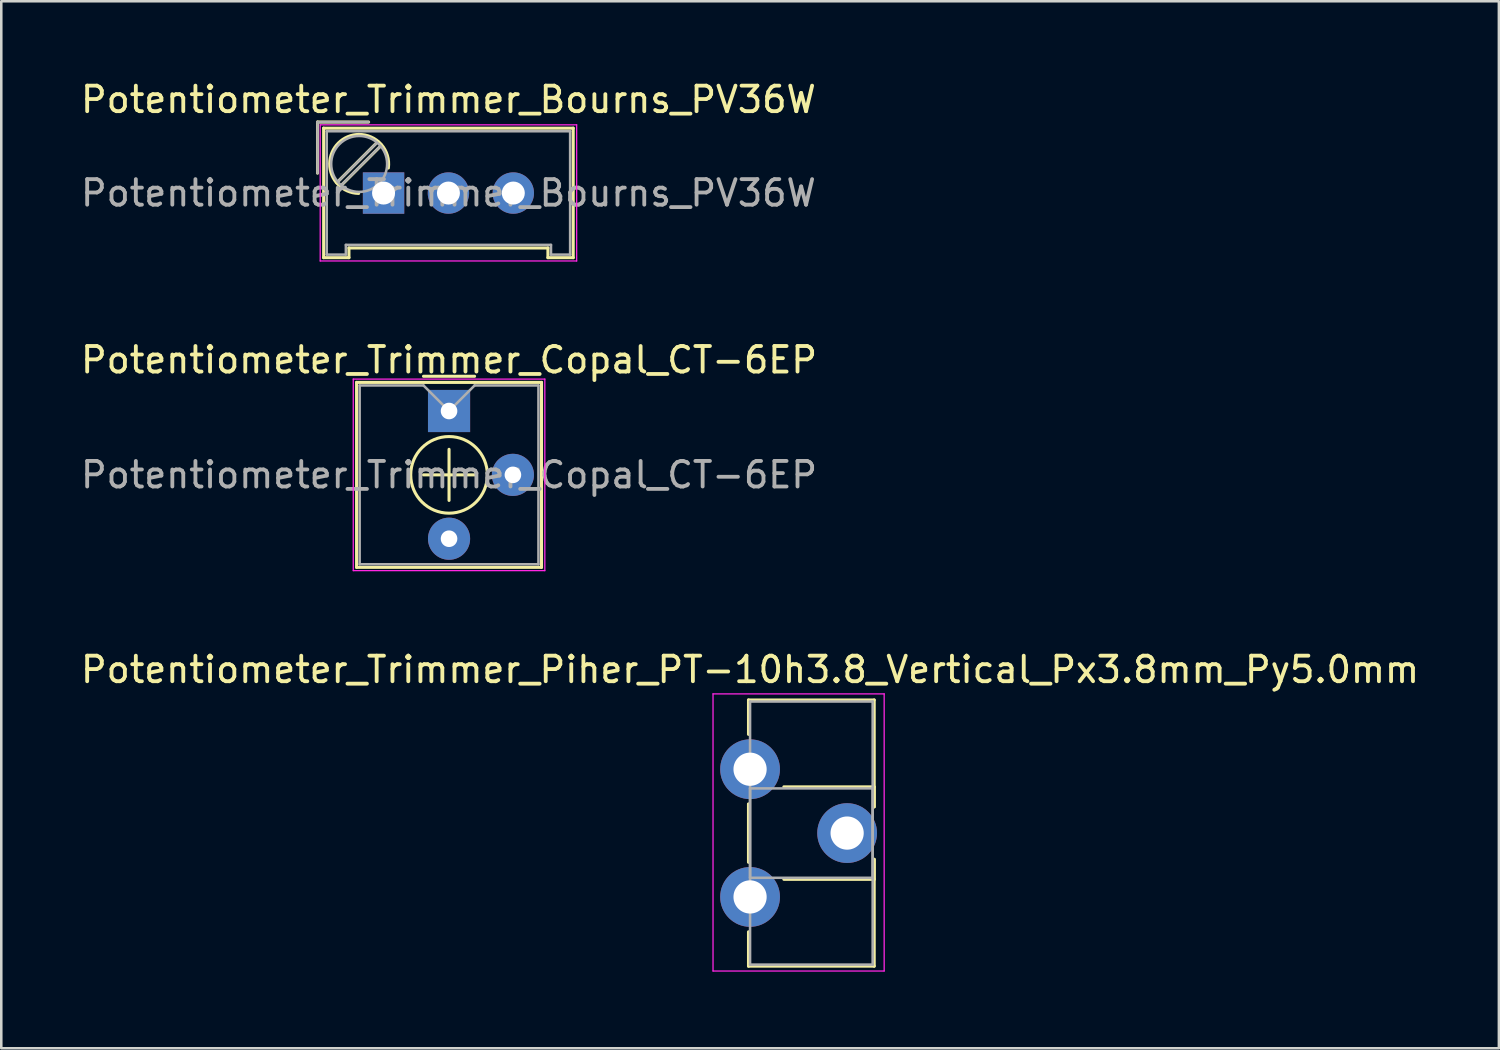
<source format=kicad_pcb>
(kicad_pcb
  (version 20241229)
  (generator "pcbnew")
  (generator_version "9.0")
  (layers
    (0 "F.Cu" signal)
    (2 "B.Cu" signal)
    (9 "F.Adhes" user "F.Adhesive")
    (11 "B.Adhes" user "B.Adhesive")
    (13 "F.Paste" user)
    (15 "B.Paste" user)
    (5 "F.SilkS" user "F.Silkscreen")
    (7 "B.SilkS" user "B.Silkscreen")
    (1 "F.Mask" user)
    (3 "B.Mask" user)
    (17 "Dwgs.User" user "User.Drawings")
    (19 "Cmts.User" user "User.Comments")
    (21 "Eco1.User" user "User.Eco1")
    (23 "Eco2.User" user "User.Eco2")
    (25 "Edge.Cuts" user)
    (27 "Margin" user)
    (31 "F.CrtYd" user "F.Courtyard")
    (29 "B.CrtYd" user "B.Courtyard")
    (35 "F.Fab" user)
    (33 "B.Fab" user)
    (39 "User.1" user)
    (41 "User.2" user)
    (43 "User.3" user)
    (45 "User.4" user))
  (footprint "Potentiometer_Trimmer_Copal_CT-6EP"
    (layer "F.Cu")
    (at 14.53 13.041)
    (property "Reference" "Potentiometer_Trimmer_Copal_CT-6EP" (at 0 -2 0) (layer "F.SilkS") (effects (font (size 1 1) (thickness 0.15))))
    (attr through_hole)
    (fp_line (start -3.62 -1.12) (end -3.62 6.12) (stroke (width 0.12) (type solid)) (layer "F.SilkS"))
    (fp_line (start -3.62 6.12) (end 3.62 6.12) (stroke (width 0.12) (type solid)) (layer "F.SilkS"))
    (fp_line (start -1 -1.36) (end 1 -1.36) (stroke (width 0.12) (type solid)) (layer "F.SilkS"))
    (fp_line (start -1 2.5) (end 1 2.5) (stroke (width 0.12) (type solid)) (layer "F.SilkS"))
    (fp_line (start 0 1.5) (end 0 3.5) (stroke (width 0.12) (type solid)) (layer "F.SilkS"))
    (fp_line (start 3.62 -1.12) (end -3.62 -1.12) (stroke (width 0.12) (type solid)) (layer "F.SilkS"))
    (fp_line (start 3.62 6.12) (end 3.62 -1.12) (stroke (width 0.12) (type solid)) (layer "F.SilkS"))
    (fp_circle (center 0 2.5) (end 1.5 2.5) (stroke (width 0.12) (type solid)) (fill no) (layer "F.SilkS"))
    (fp_line (start -3.75 -1.25) (end -3.75 6.25) (stroke (width 0.05) (type solid)) (layer "F.CrtYd"))
    (fp_line (start -3.75 6.25) (end 3.75 6.25) (stroke (width 0.05) (type solid)) (layer "F.CrtYd"))
    (fp_line (start 3.75 -1.25) (end -3.75 -1.25) (stroke (width 0.05) (type solid)) (layer "F.CrtYd"))
    (fp_line (start 3.75 6.25) (end 3.75 -1.25) (stroke (width 0.05) (type solid)) (layer "F.CrtYd"))
    (fp_line (start -3.5 -1) (end -1 -1) (stroke (width 0.1) (type solid)) (layer "F.Fab"))
    (fp_line (start -3.5 6) (end -3.5 -1) (stroke (width 0.1) (type solid)) (layer "F.Fab"))
    (fp_line (start -1 -1) (end 0 0) (stroke (width 0.1) (type solid)) (layer "F.Fab"))
    (fp_line (start 0 0) (end 1 -1) (stroke (width 0.1) (type solid)) (layer "F.Fab"))
    (fp_line (start 1 -1) (end 3.5 -1) (stroke (width 0.1) (type solid)) (layer "F.Fab"))
    (fp_line (start 3.5 -1) (end 3.5 6) (stroke (width 0.1) (type solid)) (layer "F.Fab"))
    (fp_line (start 3.5 6) (end -3.5 6) (stroke (width 0.1) (type solid)) (layer "F.Fab"))
    (fp_text user "${REFERENCE}" (at 0 2.5 0) (layer "F.Fab") (effects (font (size 1 1) (thickness 0.15))))
    (pad "1" thru_hole rect (at 0 0) (size 1.65 1.65) (drill 0.65) (layers "*.Cu" "*.Mask"))
    (pad "2" thru_hole circle (at 2.5 2.5) (size 1.65 1.65) (drill 0.65) (layers "*.Cu" "*.Mask"))
    (pad "3" thru_hole circle (at 0 5) (size 1.65 1.65) (drill 0.65) (layers "*.Cu" "*.Mask")))
  (footprint "Potentiometer_Trimmer_Piher_PT-10h3.8_Vertical_Px3.8mm_Py5.0mm"
    (layer "F.Cu")
    (at 26.315 27.065)
    (property "Reference" "Potentiometer_Trimmer_Piher_PT-10h3.8_Vertical_Px3.8mm_Py5.0mm" (at 0 -3.9 0) (layer "F.SilkS") (effects (font (size 1 1) (thickness 0.15))))
    (attr through_hole)
    (fp_line (start -0.061 -2.711) (end -0.061 -1.365) (stroke (width 0.12) (type solid)) (layer "F.SilkS"))
    (fp_line (start -0.061 -2.711) (end 4.86 -2.711) (stroke (width 0.12) (type solid)) (layer "F.SilkS"))
    (fp_line (start -0.061 1.365) (end -0.061 3.635) (stroke (width 0.12) (type solid)) (layer "F.SilkS"))
    (fp_line (start -0.061 1.365) (end -0.061 3.635) (stroke (width 0.12) (type solid)) (layer "F.SilkS"))
    (fp_line (start -0.061 6.365) (end -0.061 7.71) (stroke (width 0.12) (type solid)) (layer "F.SilkS"))
    (fp_line (start -0.061 7.71) (end 4.86 7.71) (stroke (width 0.12) (type solid)) (layer "F.SilkS"))
    (fp_line (start 1.323 0.69) (end 4.86 0.69) (stroke (width 0.12) (type solid)) (layer "F.SilkS"))
    (fp_line (start 1.323 4.31) (end 4.86 4.31) (stroke (width 0.12) (type solid)) (layer "F.SilkS"))
    (fp_line (start 4.86 -2.711) (end 4.86 1.473) (stroke (width 0.12) (type solid)) (layer "F.SilkS"))
    (fp_line (start 4.86 0.69) (end 4.86 1.473) (stroke (width 0.12) (type solid)) (layer "F.SilkS"))
    (fp_line (start 4.86 3.528) (end 4.86 4.31) (stroke (width 0.12) (type solid)) (layer "F.SilkS"))
    (fp_line (start 4.86 3.528) (end 4.86 7.71) (stroke (width 0.12) (type solid)) (layer "F.SilkS"))
    (fp_line (start -1.45 -2.95) (end -1.45 7.9) (stroke (width 0.05) (type solid)) (layer "F.CrtYd"))
    (fp_line (start -1.45 7.9) (end 5.25 7.9) (stroke (width 0.05) (type solid)) (layer "F.CrtYd"))
    (fp_line (start 5.25 -2.95) (end -1.45 -2.95) (stroke (width 0.05) (type solid)) (layer "F.CrtYd"))
    (fp_line (start 5.25 7.9) (end 5.25 -2.95) (stroke (width 0.05) (type solid)) (layer "F.CrtYd"))
    (fp_line (start 0 -2.65) (end 4.8 -2.65) (stroke (width 0.1) (type solid)) (layer "F.Fab"))
    (fp_line (start 0 0.75) (end 0 4.25) (stroke (width 0.1) (type solid)) (layer "F.Fab"))
    (fp_line (start 0 4.25) (end 4.8 4.25) (stroke (width 0.1) (type solid)) (layer "F.Fab"))
    (fp_line (start 0 7.65) (end 0 -2.65) (stroke (width 0.1) (type solid)) (layer "F.Fab"))
    (fp_line (start 4.8 -2.65) (end 4.8 7.65) (stroke (width 0.1) (type solid)) (layer "F.Fab"))
    (fp_line (start 4.8 0.75) (end 0 0.75) (stroke (width 0.1) (type solid)) (layer "F.Fab"))
    (fp_line (start 4.8 4.25) (end 4.8 0.75) (stroke (width 0.1) (type solid)) (layer "F.Fab"))
    (fp_line (start 4.8 7.65) (end 0 7.65) (stroke (width 0.1) (type solid)) (layer "F.Fab"))
    (pad "1" thru_hole circle (at 0 0) (size 2.34 2.34) (drill 1.3) (layers "*.Cu" "*.Mask"))
    (pad "2" thru_hole circle (at 3.8 2.5) (size 2.34 2.34) (drill 1.3) (layers "*.Cu" "*.Mask"))
    (pad "3" thru_hole circle (at 0 5) (size 2.34 2.34) (drill 1.3) (layers "*.Cu" "*.Mask")))
  (footprint "Potentiometer_Trimmer_Bourns_PV36W"
    (layer "F.Cu")
    (at 11.966 4.508)
    (property "Reference" "Potentiometer_Trimmer_Bourns_PV36W" (at 2.54 -3.66 0) (layer "F.SilkS") (effects (font (size 1 1) (thickness 0.15))))
    (attr through_hole)
    (fp_line (start -2.585 -2.78) (end -0.585 -2.78) (stroke (width 0.12) (type solid)) (layer "F.SilkS"))
    (fp_line (start -2.585 -0.78) (end -2.585 -2.78) (stroke (width 0.12) (type solid)) (layer "F.SilkS"))
    (fp_line (start -2.345 -2.54) (end -2.345 2.53) (stroke (width 0.12) (type solid)) (layer "F.SilkS"))
    (fp_line (start -2.345 2.53) (end -1.355 2.53) (stroke (width 0.12) (type solid)) (layer "F.SilkS"))
    (fp_line (start -1.831 -0.406) (end -0.22 -2.016) (stroke (width 0.12) (type solid)) (layer "F.SilkS"))
    (fp_line (start -1.691 -0.265) (end -0.998 -0.957) (stroke (width 0.12) (type solid)) (layer "F.SilkS"))
    (fp_line (start -1.355 2.15) (end 6.435 2.15) (stroke (width 0.12) (type solid)) (layer "F.SilkS"))
    (fp_line (start -1.355 2.53) (end -1.355 2.15) (stroke (width 0.12) (type solid)) (layer "F.SilkS"))
    (fp_line (start -0.958 -0.998) (end -0.079 -1.875) (stroke (width 0.12) (type solid)) (layer "F.SilkS"))
    (fp_line (start 6.435 2.15) (end 6.435 2.53) (stroke (width 0.12) (type solid)) (layer "F.SilkS"))
    (fp_line (start 6.435 2.53) (end 7.425 2.53) (stroke (width 0.12) (type solid)) (layer "F.SilkS"))
    (fp_line (start 7.425 -2.54) (end -2.345 -2.54) (stroke (width 0.12) (type solid)) (layer "F.SilkS"))
    (fp_line (start 7.425 2.53) (end 7.425 -2.54) (stroke (width 0.12) (type solid)) (layer "F.SilkS"))
    (fp_arc (start -0.975774 -2.293957) (mid -0.091016 -1.905232) (end 0.188 -0.98) (stroke (width 0.12) (type solid)) (layer "F.SilkS"))
    (fp_arc (start -0.975158 0.014824) (mid -2.109956 -1.150079) (end -0.955 -2.295) (stroke (width 0.12) (type solid)) (layer "F.SilkS"))
    (fp_line (start -2.48 -2.67) (end -2.48 2.66) (stroke (width 0.05) (type solid)) (layer "F.CrtYd"))
    (fp_line (start -2.48 2.66) (end 7.56 2.66) (stroke (width 0.05) (type solid)) (layer "F.CrtYd"))
    (fp_line (start 7.56 -2.67) (end -2.48 -2.67) (stroke (width 0.05) (type solid)) (layer "F.CrtYd"))
    (fp_line (start 7.56 2.66) (end 7.56 -2.67) (stroke (width 0.05) (type solid)) (layer "F.CrtYd"))
    (fp_line (start -2.585 -2.78) (end -0.585 -2.78) (stroke (width 0.1) (type solid)) (layer "F.Fab"))
    (fp_line (start -2.585 -0.78) (end -2.585 -2.78) (stroke (width 0.1) (type solid)) (layer "F.Fab"))
    (fp_line (start -2.225 -2.42) (end -2.225 2.41) (stroke (width 0.1) (type solid)) (layer "F.Fab"))
    (fp_line (start -2.225 2.41) (end -1.475 2.41) (stroke (width 0.1) (type solid)) (layer "F.Fab"))
    (fp_line (start -1.786 -0.444) (end -0.259 -1.971) (stroke (width 0.1) (type solid)) (layer "F.Fab"))
    (fp_line (start -1.652 -0.31) (end -0.125 -1.837) (stroke (width 0.1) (type solid)) (layer "F.Fab"))
    (fp_line (start -1.475 2.03) (end 6.555 2.03) (stroke (width 0.1) (type solid)) (layer "F.Fab"))
    (fp_line (start -1.475 2.41) (end -1.475 2.03) (stroke (width 0.1) (type solid)) (layer "F.Fab"))
    (fp_line (start 6.555 2.03) (end 6.555 2.41) (stroke (width 0.1) (type solid)) (layer "F.Fab"))
    (fp_line (start 6.555 2.41) (end 7.305 2.41) (stroke (width 0.1) (type solid)) (layer "F.Fab"))
    (fp_line (start 7.305 -2.42) (end -2.225 -2.42) (stroke (width 0.1) (type solid)) (layer "F.Fab"))
    (fp_line (start 7.305 2.41) (end 7.305 -2.42) (stroke (width 0.1) (type solid)) (layer "F.Fab"))
    (fp_circle (center -0.955 -1.14) (end 0.14 -1.14) (stroke (width 0.1) (type solid)) (fill no) (layer "F.Fab"))
    (fp_text user "${REFERENCE}" (at 2.54 0 0) (layer "F.Fab") (effects (font (size 1 1) (thickness 0.15))))
    (pad "1" thru_hole rect (at 0 0 180) (size 1.62 1.62) (drill 0.9) (layers "*.Cu" "*.Mask"))
    (pad "2" thru_hole circle (at 2.54 0 180) (size 1.62 1.62) (drill 0.9) (layers "*.Cu" "*.Mask"))
    (pad "3" thru_hole circle (at 5.08 0 180) (size 1.62 1.62) (drill 0.9) (layers "*.Cu" "*.Mask")))
  (gr_rect
    (start -3 -3)
    (end 55.631 37.99)
    (stroke (width 0.1) (type default))
    (fill no)
    (layer "Edge.Cuts")))
</source>
